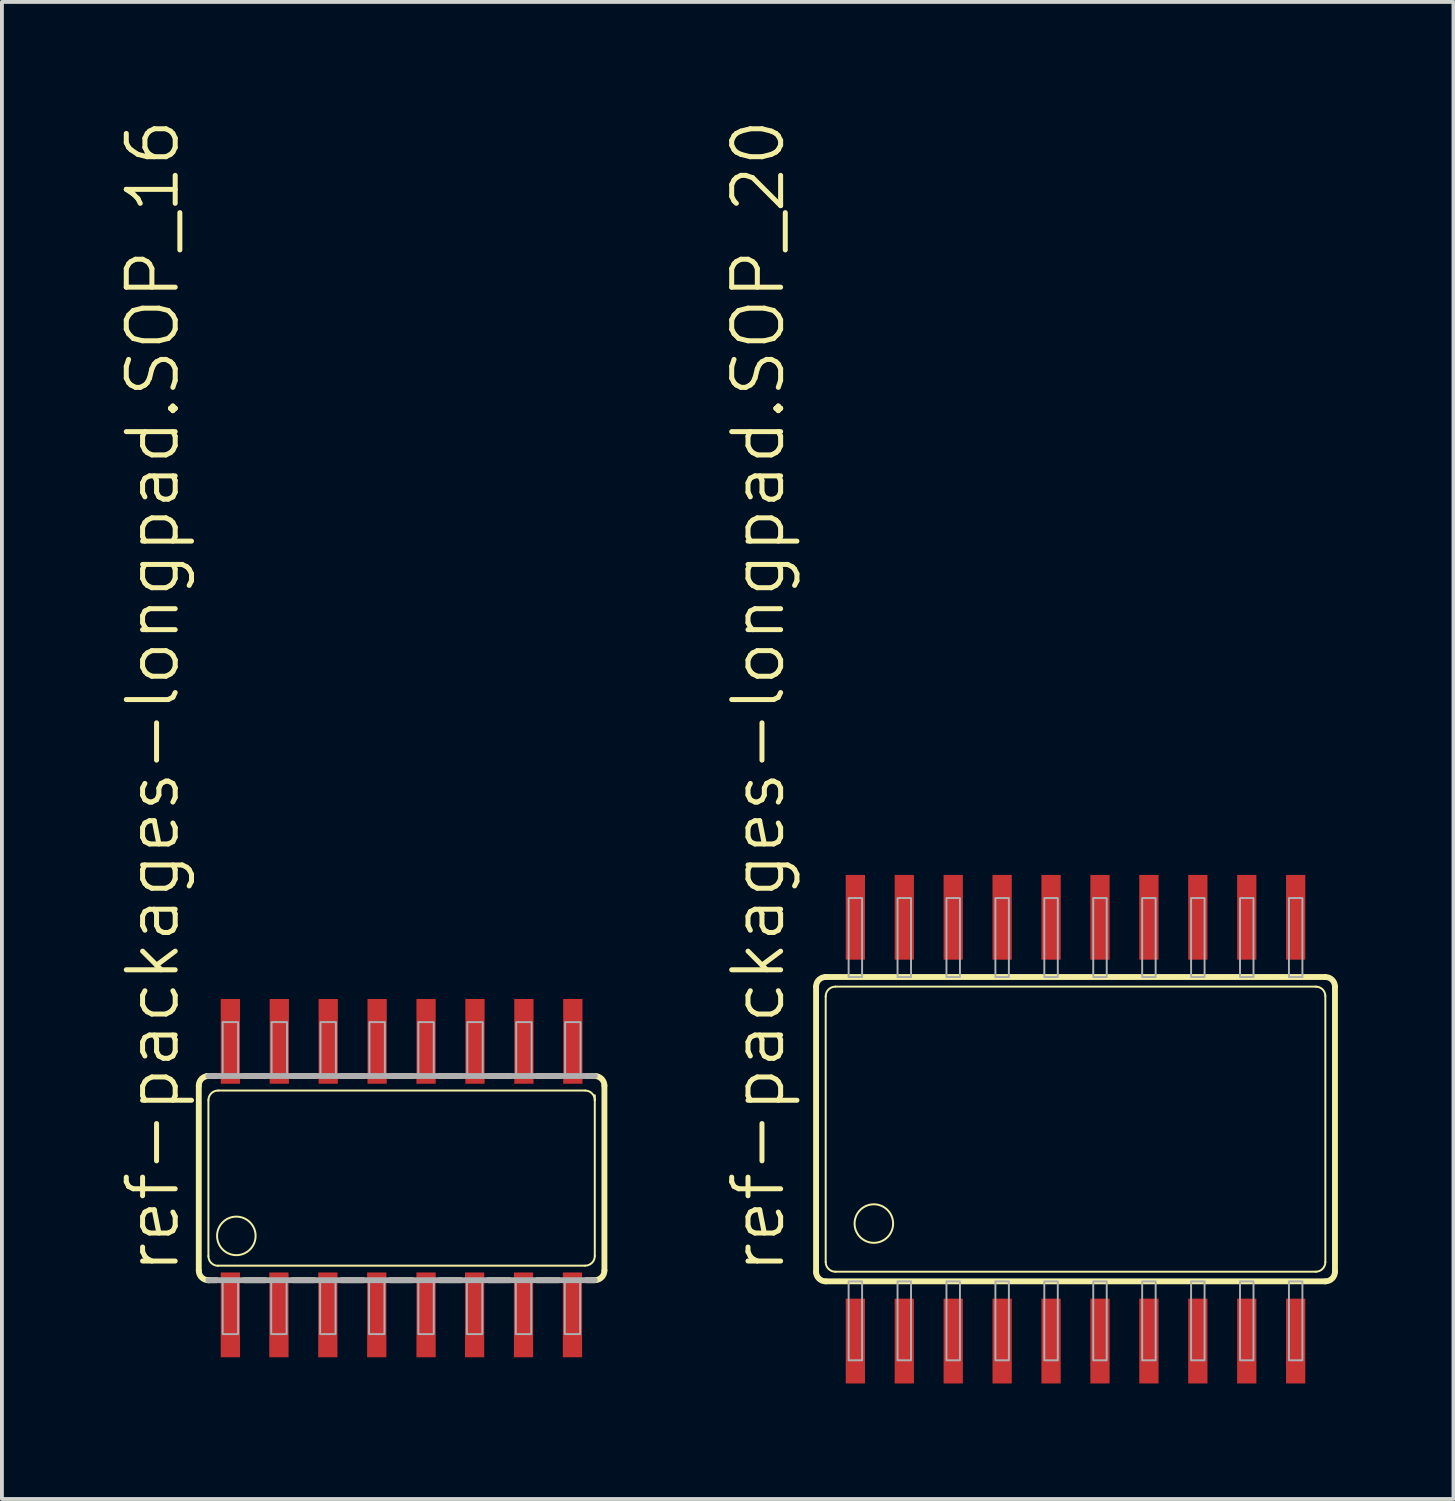
<source format=kicad_pcb>
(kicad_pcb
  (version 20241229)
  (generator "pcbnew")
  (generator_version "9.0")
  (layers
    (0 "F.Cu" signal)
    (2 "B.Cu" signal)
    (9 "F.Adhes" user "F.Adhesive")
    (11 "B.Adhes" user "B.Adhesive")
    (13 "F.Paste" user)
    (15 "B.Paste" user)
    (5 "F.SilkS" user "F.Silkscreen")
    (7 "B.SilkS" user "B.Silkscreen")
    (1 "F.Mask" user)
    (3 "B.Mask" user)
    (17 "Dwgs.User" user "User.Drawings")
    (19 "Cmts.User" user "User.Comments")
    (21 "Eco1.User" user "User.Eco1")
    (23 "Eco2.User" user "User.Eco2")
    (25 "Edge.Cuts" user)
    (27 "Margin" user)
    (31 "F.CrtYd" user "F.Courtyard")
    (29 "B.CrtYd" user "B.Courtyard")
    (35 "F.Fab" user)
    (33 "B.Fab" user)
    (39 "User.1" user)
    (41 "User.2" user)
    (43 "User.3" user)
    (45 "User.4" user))
  (footprint "ref-packages-longpad.SOP_20"
    (layer "F.Cu")
    (at 24.869 26.262)
    (property "Reference" "ref-packages-longpad.SOP_20" (at -7.493 3.81 90) (layer "F.SilkS") (effects (font (size 1.27 1.27) (thickness 0.13)) (justify left bottom)))
    (attr smd)
    (fp_line (start -6.735 3.71) (end -6.735 -3.7) (stroke (width 0.152) (type default)) (layer "F.SilkS"))
    (fp_line (start -6.486 -3.95) (end -6.485 -3.95) (stroke (width 0.152) (type default)) (layer "F.SilkS"))
    (fp_line (start -6.485 -3.95) (end 6.485 -3.95) (stroke (width 0.152) (type default)) (layer "F.SilkS"))
    (fp_line (start -6.485 3.45) (end -6.485 -3.45) (stroke (width 0.051) (type default)) (layer "F.SilkS"))
    (fp_line (start -6.235 -3.7) (end 6.245 -3.7) (stroke (width 0.051) (type default)) (layer "F.SilkS"))
    (fp_line (start 6.235 3.7) (end -6.235 3.7) (stroke (width 0.051) (type default)) (layer "F.SilkS"))
    (fp_line (start 6.485 -3.46) (end 6.485 3.45) (stroke (width 0.051) (type default)) (layer "F.SilkS"))
    (fp_line (start 6.485 3.95) (end -6.485 3.95) (stroke (width 0.152) (type default)) (layer "F.SilkS"))
    (fp_line (start 6.735 -3.7) (end 6.735 3.7) (stroke (width 0.152) (type default)) (layer "F.SilkS"))
    (fp_arc (start -6.735 -3.7) (mid -6.661777 -3.876777) (end -6.485 -3.95) (stroke (width 0.1524) (type default)) (layer "F.SilkS"))
    (fp_arc (start -6.485 -3.45) (mid -6.411777 -3.626777) (end -6.235 -3.7) (stroke (width 0.0508) (type default)) (layer "F.SilkS"))
    (fp_arc (start -6.485 3.95) (mid -6.658333 3.880347) (end -6.735 3.71) (stroke (width 0.1524) (type default)) (layer "F.SilkS"))
    (fp_arc (start -6.235 3.7) (mid -6.411777 3.626777) (end -6.485 3.45) (stroke (width 0.0508) (type default)) (layer "F.SilkS"))
    (fp_arc (start 6.245 -3.7) (mid 6.413277 -3.628277) (end 6.485 -3.46) (stroke (width 0.0508) (type default)) (layer "F.SilkS"))
    (fp_arc (start 6.485 -3.95) (mid 6.661777 -3.876777) (end 6.735 -3.7) (stroke (width 0.1524) (type default)) (layer "F.SilkS"))
    (fp_arc (start 6.485 3.45) (mid 6.411777 3.626777) (end 6.235 3.7) (stroke (width 0.0508) (type default)) (layer "F.SilkS"))
    (fp_arc (start 6.735 3.7) (mid 6.661777 3.876777) (end 6.485 3.95) (stroke (width 0.1524) (type default)) (layer "F.SilkS"))
    (fp_circle (center -5.235 2.45) (end -4.735 2.45) (stroke (width 0.051) (type default)) (fill no) (layer "F.SilkS"))
    (fp_rect (start -5.89 -3.95) (end -5.54 -6) (stroke (width 0.05) (type default)) (fill no) (layer "F.Fab"))
    (fp_rect (start -5.89 6) (end -5.54 3.95) (stroke (width 0.05) (type default)) (fill no) (layer "F.Fab"))
    (fp_rect (start -4.62 -3.95) (end -4.27 -6) (stroke (width 0.05) (type default)) (fill no) (layer "F.Fab"))
    (fp_rect (start -4.62 6) (end -4.27 3.95) (stroke (width 0.05) (type default)) (fill no) (layer "F.Fab"))
    (fp_rect (start -3.35 -3.95) (end -3 -6) (stroke (width 0.05) (type default)) (fill no) (layer "F.Fab"))
    (fp_rect (start -3.35 6) (end -3 3.95) (stroke (width 0.05) (type default)) (fill no) (layer "F.Fab"))
    (fp_rect (start -2.08 -3.95) (end -1.73 -6) (stroke (width 0.05) (type default)) (fill no) (layer "F.Fab"))
    (fp_rect (start -2.08 6) (end -1.73 3.95) (stroke (width 0.05) (type default)) (fill no) (layer "F.Fab"))
    (fp_rect (start -0.81 -3.95) (end -0.46 -6) (stroke (width 0.05) (type default)) (fill no) (layer "F.Fab"))
    (fp_rect (start -0.81 6) (end -0.46 3.95) (stroke (width 0.05) (type default)) (fill no) (layer "F.Fab"))
    (fp_rect (start 0.46 -3.95) (end 0.81 -6) (stroke (width 0.05) (type default)) (fill no) (layer "F.Fab"))
    (fp_rect (start 0.46 6) (end 0.81 3.95) (stroke (width 0.05) (type default)) (fill no) (layer "F.Fab"))
    (fp_rect (start 1.73 -3.95) (end 2.08 -6) (stroke (width 0.05) (type default)) (fill no) (layer "F.Fab"))
    (fp_rect (start 1.73 6) (end 2.08 3.95) (stroke (width 0.05) (type default)) (fill no) (layer "F.Fab"))
    (fp_rect (start 3 -3.95) (end 3.35 -6) (stroke (width 0.05) (type default)) (fill no) (layer "F.Fab"))
    (fp_rect (start 3 6) (end 3.35 3.95) (stroke (width 0.05) (type default)) (fill no) (layer "F.Fab"))
    (fp_rect (start 4.27 -3.95) (end 4.62 -6) (stroke (width 0.05) (type default)) (fill no) (layer "F.Fab"))
    (fp_rect (start 4.27 6) (end 4.62 3.95) (stroke (width 0.05) (type default)) (fill no) (layer "F.Fab"))
    (fp_rect (start 5.54 -3.95) (end 5.89 -6) (stroke (width 0.05) (type default)) (fill no) (layer "F.Fab"))
    (fp_rect (start 5.54 6) (end 5.89 3.95) (stroke (width 0.05) (type default)) (fill no) (layer "F.Fab"))
    (pad "1" smd roundrect (at -5.715 5.5) (size 0.5 2.2) (layers "F.Cu" "F.Mask" "F.Paste") (roundrect_rratio 0.01))
    (pad "2" smd roundrect (at -4.445 5.5) (size 0.5 2.2) (layers "F.Cu" "F.Mask" "F.Paste") (roundrect_rratio 0.01))
    (pad "3" smd roundrect (at -3.175 5.5) (size 0.5 2.2) (layers "F.Cu" "F.Mask" "F.Paste") (roundrect_rratio 0.01))
    (pad "4" smd roundrect (at -1.905 5.5) (size 0.5 2.2) (layers "F.Cu" "F.Mask" "F.Paste") (roundrect_rratio 0.01))
    (pad "5" smd roundrect (at -0.635 5.5) (size 0.5 2.2) (layers "F.Cu" "F.Mask" "F.Paste") (roundrect_rratio 0.01))
    (pad "6" smd roundrect (at 0.635 5.5) (size 0.5 2.2) (layers "F.Cu" "F.Mask" "F.Paste") (roundrect_rratio 0.01))
    (pad "7" smd roundrect (at 1.905 5.5) (size 0.5 2.2) (layers "F.Cu" "F.Mask" "F.Paste") (roundrect_rratio 0.01))
    (pad "8" smd roundrect (at 3.175 5.5) (size 0.5 2.2) (layers "F.Cu" "F.Mask" "F.Paste") (roundrect_rratio 0.01))
    (pad "9" smd roundrect (at 4.445 5.5) (size 0.5 2.2) (layers "F.Cu" "F.Mask" "F.Paste") (roundrect_rratio 0.01))
    (pad "10" smd roundrect (at 5.715 5.5) (size 0.5 2.2) (layers "F.Cu" "F.Mask" "F.Paste") (roundrect_rratio 0.01))
    (pad "11" smd roundrect (at 5.715 -5.5) (size 0.5 2.2) (layers "F.Cu" "F.Mask" "F.Paste") (roundrect_rratio 0.01))
    (pad "12" smd roundrect (at 4.445 -5.5) (size 0.5 2.2) (layers "F.Cu" "F.Mask" "F.Paste") (roundrect_rratio 0.01))
    (pad "13" smd roundrect (at 3.175 -5.5) (size 0.5 2.2) (layers "F.Cu" "F.Mask" "F.Paste") (roundrect_rratio 0.01))
    (pad "14" smd roundrect (at 1.905 -5.5) (size 0.5 2.2) (layers "F.Cu" "F.Mask" "F.Paste") (roundrect_rratio 0.01))
    (pad "15" smd roundrect (at 0.635 -5.5) (size 0.5 2.2) (layers "F.Cu" "F.Mask" "F.Paste") (roundrect_rratio 0.01))
    (pad "16" smd roundrect (at -0.635 -5.5) (size 0.5 2.2) (layers "F.Cu" "F.Mask" "F.Paste") (roundrect_rratio 0.01))
    (pad "17" smd roundrect (at -1.905 -5.5) (size 0.5 2.2) (layers "F.Cu" "F.Mask" "F.Paste") (roundrect_rratio 0.01))
    (pad "18" smd roundrect (at -3.175 -5.5) (size 0.5 2.2) (layers "F.Cu" "F.Mask" "F.Paste") (roundrect_rratio 0.01))
    (pad "19" smd roundrect (at -4.445 -5.5) (size 0.5 2.2) (layers "F.Cu" "F.Mask" "F.Paste") (roundrect_rratio 0.01))
    (pad "20" smd roundrect (at -5.715 -5.5) (size 0.5 2.2) (layers "F.Cu" "F.Mask" "F.Paste") (roundrect_rratio 0.01)))
  (footprint "ref-packages-longpad.SOP_16"
    (layer "F.Cu")
    (at 7.375 27.532)
    (property "Reference" "ref-packages-longpad.SOP_16" (at -5.715 2.54 90) (layer "F.SilkS") (effects (font (size 1.27 1.27) (thickness 0.13)) (justify left bottom)))
    (attr smd)
    (fp_line (start -5.265 2.4) (end -5.265 -2.4) (stroke (width 0.152) (type default)) (layer "F.SilkS"))
    (fp_line (start -5.05 -2.65) (end -4.801 -2.65) (stroke (width 0.152) (type default)) (layer "F.SilkS"))
    (fp_line (start -5.02 2.65) (end -4.801 2.65) (stroke (width 0.152) (type default)) (layer "F.SilkS"))
    (fp_line (start -5.015 2.026) (end -5.015 -2.023) (stroke (width 0.051) (type default)) (layer "F.SilkS"))
    (fp_line (start -4.764 -2.273) (end 4.765 -2.273) (stroke (width 0.051) (type default)) (layer "F.SilkS"))
    (fp_line (start -4.089 -2.65) (end -3.531 -2.65) (stroke (width 0.152) (type default)) (layer "F.SilkS"))
    (fp_line (start -4.089 2.65) (end -3.541 2.65) (stroke (width 0.152) (type default)) (layer "F.SilkS"))
    (fp_line (start -2.829 2.65) (end -2.271 2.65) (stroke (width 0.152) (type default)) (layer "F.SilkS"))
    (fp_line (start -2.819 -2.65) (end -2.261 -2.65) (stroke (width 0.152) (type default)) (layer "F.SilkS"))
    (fp_line (start -1.559 2.65) (end -1.001 2.65) (stroke (width 0.152) (type default)) (layer "F.SilkS"))
    (fp_line (start -1.549 -2.65) (end -0.991 -2.65) (stroke (width 0.152) (type default)) (layer "F.SilkS"))
    (fp_line (start -0.289 2.65) (end 0.279 2.65) (stroke (width 0.152) (type default)) (layer "F.SilkS"))
    (fp_line (start 0.279 -2.65) (end -0.279 -2.65) (stroke (width 0.152) (type default)) (layer "F.SilkS"))
    (fp_line (start 0.991 -2.65) (end 1.549 -2.65) (stroke (width 0.152) (type default)) (layer "F.SilkS"))
    (fp_line (start 0.991 2.65) (end 1.539 2.65) (stroke (width 0.152) (type default)) (layer "F.SilkS"))
    (fp_line (start 2.251 2.65) (end 2.809 2.65) (stroke (width 0.152) (type default)) (layer "F.SilkS"))
    (fp_line (start 2.819 -2.65) (end 2.261 -2.65) (stroke (width 0.152) (type default)) (layer "F.SilkS"))
    (fp_line (start 3.521 2.65) (end 4.079 2.65) (stroke (width 0.152) (type default)) (layer "F.SilkS"))
    (fp_line (start 4.089 -2.65) (end 3.531 -2.65) (stroke (width 0.152) (type default)) (layer "F.SilkS"))
    (fp_line (start 4.765 2.273) (end -4.77 2.273) (stroke (width 0.051) (type default)) (layer "F.SilkS"))
    (fp_line (start 4.791 2.65) (end 5.01 2.65) (stroke (width 0.152) (type default)) (layer "F.SilkS"))
    (fp_line (start 5.015 -2.15) (end 5.015 -2.023) (stroke (width 0.051) (type default)) (layer "F.SilkS"))
    (fp_line (start 5.015 -2.023) (end 5.015 2.023) (stroke (width 0.051) (type default)) (layer "F.SilkS"))
    (fp_line (start 5.02 -2.65) (end 4.801 -2.65) (stroke (width 0.152) (type default)) (layer "F.SilkS"))
    (fp_line (start 5.265 -2.4) (end 5.265 2.4) (stroke (width 0.152) (type default)) (layer "F.SilkS"))
    (fp_arc (start -5.265 -2.4) (mid -5.191777 -2.576777) (end -5.015 -2.65) (stroke (width 0.1524) (type default)) (layer "F.SilkS"))
    (fp_arc (start -5.02 2.65) (mid -5.193553 2.575032) (end -5.265 2.4) (stroke (width 0.1524) (type default)) (layer "F.SilkS"))
    (fp_arc (start -5.015 -2.023) (mid -4.941435 -2.200201) (end -4.764 -2.2732) (stroke (width 0.0508) (type default)) (layer "F.SilkS"))
    (fp_arc (start -5.015 2.65) (mid -5.0175 2.650012) (end -5.02 2.65) (stroke (width 0.1524) (type default)) (layer "F.SilkS"))
    (fp_arc (start -4.765 2.276) (mid -4.941777 2.202777) (end -5.015 2.026) (stroke (width 0.0508) (type default)) (layer "F.SilkS"))
    (fp_arc (start 4.765 -2.273) (mid 4.941777 -2.199777) (end 5.015 -2.023) (stroke (width 0.0508) (type default)) (layer "F.SilkS"))
    (fp_arc (start 5.015 -2.65) (mid 5.0175 -2.650012) (end 5.02 -2.65) (stroke (width 0.1524) (type default)) (layer "F.SilkS"))
    (fp_arc (start 5.015 2.023) (mid 4.941777 2.199777) (end 4.765 2.273) (stroke (width 0.0508) (type default)) (layer "F.SilkS"))
    (fp_arc (start 5.02 -2.65) (mid 5.193553 -2.575032) (end 5.265 -2.4) (stroke (width 0.1524) (type default)) (layer "F.SilkS"))
    (fp_arc (start 5.265 2.4) (mid 5.191777 2.576777) (end 5.015 2.65) (stroke (width 0.1524) (type default)) (layer "F.SilkS"))
    (fp_circle (center -4.29 1.5) (end -3.79 1.5) (stroke (width 0.051) (type default)) (fill no) (layer "F.SilkS"))
    (fp_line (start -5.015 -2.65) (end 5.015 -2.65) (stroke (width 0.152) (type default)) (layer "F.Fab"))
    (fp_line (start 5.015 2.65) (end -5.015 2.65) (stroke (width 0.152) (type default)) (layer "F.Fab"))
    (fp_rect (start -4.645 -2.65) (end -4.245 -4.05) (stroke (width 0.05) (type default)) (fill no) (layer "F.Fab"))
    (fp_rect (start -4.645 4.05) (end -4.245 2.65) (stroke (width 0.05) (type default)) (fill no) (layer "F.Fab"))
    (fp_rect (start -3.385 4.05) (end -2.985 2.65) (stroke (width 0.05) (type default)) (fill no) (layer "F.Fab"))
    (fp_rect (start -3.375 -2.65) (end -2.975 -4.05) (stroke (width 0.05) (type default)) (fill no) (layer "F.Fab"))
    (fp_rect (start -2.115 4.05) (end -1.715 2.65) (stroke (width 0.05) (type default)) (fill no) (layer "F.Fab"))
    (fp_rect (start -2.105 -2.65) (end -1.705 -4.05) (stroke (width 0.05) (type default)) (fill no) (layer "F.Fab"))
    (fp_rect (start -0.845 4.05) (end -0.445 2.65) (stroke (width 0.05) (type default)) (fill no) (layer "F.Fab"))
    (fp_rect (start -0.835 -2.65) (end -0.435 -4.05) (stroke (width 0.05) (type default)) (fill no) (layer "F.Fab"))
    (fp_rect (start 0.435 -2.65) (end 0.835 -4.05) (stroke (width 0.05) (type default)) (fill no) (layer "F.Fab"))
    (fp_rect (start 0.435 4.05) (end 0.835 2.65) (stroke (width 0.05) (type default)) (fill no) (layer "F.Fab"))
    (fp_rect (start 1.695 4.05) (end 2.095 2.65) (stroke (width 0.05) (type default)) (fill no) (layer "F.Fab"))
    (fp_rect (start 1.705 -2.65) (end 2.105 -4.05) (stroke (width 0.05) (type default)) (fill no) (layer "F.Fab"))
    (fp_rect (start 2.965 4.05) (end 3.365 2.65) (stroke (width 0.05) (type default)) (fill no) (layer "F.Fab"))
    (fp_rect (start 2.975 -2.65) (end 3.375 -4.05) (stroke (width 0.05) (type default)) (fill no) (layer "F.Fab"))
    (fp_rect (start 4.235 4.05) (end 4.635 2.65) (stroke (width 0.05) (type default)) (fill no) (layer "F.Fab"))
    (fp_rect (start 4.245 -2.65) (end 4.645 -4.05) (stroke (width 0.05) (type default)) (fill no) (layer "F.Fab"))
    (pad "1" smd roundrect (at -4.445 3.55) (size 0.5 2.2) (layers "F.Cu" "F.Mask" "F.Paste") (roundrect_rratio 0.01))
    (pad "2" smd roundrect (at -3.185 3.55) (size 0.5 2.2) (layers "F.Cu" "F.Mask" "F.Paste") (roundrect_rratio 0.01))
    (pad "3" smd roundrect (at -1.915 3.55) (size 0.5 2.2) (layers "F.Cu" "F.Mask" "F.Paste") (roundrect_rratio 0.01))
    (pad "4" smd roundrect (at -0.645 3.55) (size 0.5 2.2) (layers "F.Cu" "F.Mask" "F.Paste") (roundrect_rratio 0.01))
    (pad "5" smd roundrect (at 0.635 3.55) (size 0.5 2.2) (layers "F.Cu" "F.Mask" "F.Paste") (roundrect_rratio 0.01))
    (pad "6" smd roundrect (at 1.895 3.55) (size 0.5 2.2) (layers "F.Cu" "F.Mask" "F.Paste") (roundrect_rratio 0.01))
    (pad "7" smd roundrect (at 3.165 3.55) (size 0.5 2.2) (layers "F.Cu" "F.Mask" "F.Paste") (roundrect_rratio 0.01))
    (pad "8" smd roundrect (at 4.435 3.55) (size 0.5 2.2) (layers "F.Cu" "F.Mask" "F.Paste") (roundrect_rratio 0.01))
    (pad "9" smd roundrect (at 4.445 -3.55) (size 0.5 2.2) (layers "F.Cu" "F.Mask" "F.Paste") (roundrect_rratio 0.01))
    (pad "10" smd roundrect (at 3.175 -3.55) (size 0.5 2.2) (layers "F.Cu" "F.Mask" "F.Paste") (roundrect_rratio 0.01))
    (pad "11" smd roundrect (at 1.905 -3.55) (size 0.5 2.2) (layers "F.Cu" "F.Mask" "F.Paste") (roundrect_rratio 0.01))
    (pad "12" smd roundrect (at 0.635 -3.55) (size 0.5 2.2) (layers "F.Cu" "F.Mask" "F.Paste") (roundrect_rratio 0.01))
    (pad "13" smd roundrect (at -0.635 -3.55) (size 0.5 2.2) (layers "F.Cu" "F.Mask" "F.Paste") (roundrect_rratio 0.01))
    (pad "14" smd roundrect (at -1.905 -3.55) (size 0.5 2.2) (layers "F.Cu" "F.Mask" "F.Paste") (roundrect_rratio 0.01))
    (pad "15" smd roundrect (at -3.175 -3.55) (size 0.5 2.2) (layers "F.Cu" "F.Mask" "F.Paste") (roundrect_rratio 0.01))
    (pad "16" smd roundrect (at -4.445 -3.55) (size 0.5 2.2) (layers "F.Cu" "F.Mask" "F.Paste") (roundrect_rratio 0.01)))
  (gr_rect
    (start -3 -3)
    (end 34.68 35.862)
    (stroke (width 0.1) (type default))
    (fill no)
    (layer "Edge.Cuts")))
</source>
